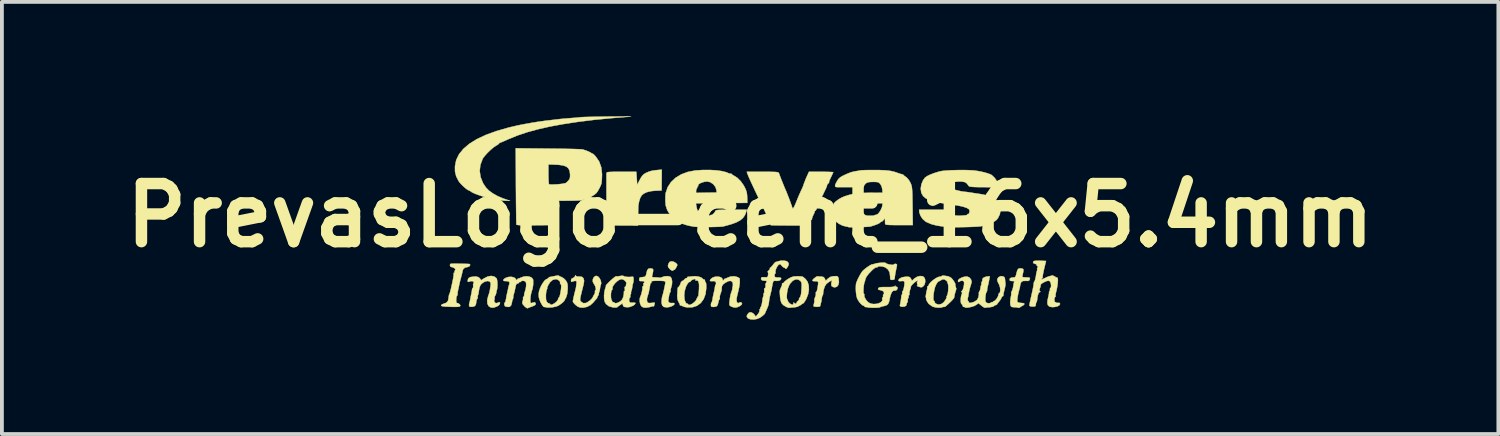
<source format=kicad_pcb>
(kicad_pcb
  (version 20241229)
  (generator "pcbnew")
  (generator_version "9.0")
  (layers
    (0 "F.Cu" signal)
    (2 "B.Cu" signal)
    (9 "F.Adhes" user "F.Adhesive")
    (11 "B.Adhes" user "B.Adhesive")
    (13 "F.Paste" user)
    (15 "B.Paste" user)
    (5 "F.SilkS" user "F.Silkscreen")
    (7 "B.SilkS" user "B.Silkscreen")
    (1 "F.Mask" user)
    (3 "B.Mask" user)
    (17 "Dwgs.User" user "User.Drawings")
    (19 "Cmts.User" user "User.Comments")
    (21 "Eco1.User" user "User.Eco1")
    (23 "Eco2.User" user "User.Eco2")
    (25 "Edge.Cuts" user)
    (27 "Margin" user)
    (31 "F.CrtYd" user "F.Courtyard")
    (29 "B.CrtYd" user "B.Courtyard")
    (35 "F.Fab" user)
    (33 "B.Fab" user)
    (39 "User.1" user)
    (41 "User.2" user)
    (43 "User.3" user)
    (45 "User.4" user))
  (footprint "PrevasLogo-cent_16x5.4mm"
    (layer "F.Cu")
    (at 16.626 2.599)
    (property "Reference" "PrevasLogo-cent_16x5.4mm" (at 0 0 0) (layer "F.SilkS") (effects (font (size 1.524 1.524) (thickness 0.3))))
    (attr through_hole)
    (fp_poly (pts (xy -2.005 1.217) (xy -1.956 1.244) (xy -1.92 1.276) (xy -1.91 1.306) (xy -1.911 1.308) (xy -1.948 1.382) (xy -1.974 1.42) (xy -1.992 1.427) (xy -1.993 1.427) (xy -2.01 1.43) (xy -2.011 1.435) (xy -2.024 1.453) (xy -2.057 1.446) (xy -2.099 1.417) (xy -2.113 1.402) (xy -2.148 1.359) (xy -2.157 1.323) (xy -2.144 1.275) (xy -2.138 1.261) (xy -2.111 1.22) (xy -2.063 1.207) (xy -2.054 1.206) (xy -2.005 1.217)) (stroke (width 0.01) (type solid)) (fill yes) (layer "F.SilkS"))
    (fp_poly (pts (xy -2.32 -0.926) (xy -2.322 -0.653) (xy -2.479 -0.647) (xy -2.57 -0.639) (xy -2.658 -0.623) (xy -2.72 -0.605) (xy -2.794 -0.568) (xy -2.847 -0.521) (xy -2.884 -0.457) (xy -2.912 -0.367) (xy -2.932 -0.265) (xy -2.934 -0.236) (xy -2.936 -0.175) (xy -2.937 -0.089) (xy -2.939 0.011) (xy -2.942 0.265) (xy -3.346 0.265) (xy -3.473 0.264) (xy -3.583 0.262) (xy -3.673 0.259) (xy -3.733 0.256) (xy -3.758 0.252) (xy -3.759 0.252) (xy -3.76 0.229) (xy -3.762 0.17) (xy -3.763 0.081) (xy -3.764 -0.032) (xy -3.766 -0.163) (xy -3.767 -0.307) (xy -3.768 -0.456) (xy -3.769 -0.605) (xy -3.769 -0.749) (xy -3.769 -0.88) (xy -3.769 -0.993) (xy -3.769 -1.082) (xy -3.768 -1.106) (xy -3.765 -1.119) (xy -3.752 -1.129) (xy -3.723 -1.135) (xy -3.674 -1.139) (xy -3.597 -1.142) (xy -3.489 -1.143) (xy -3.376 -1.143) (xy -2.985 -1.143) (xy -2.982 -1.085) (xy -2.978 -1.024) (xy -2.975 -0.984) (xy -2.971 -0.933) (xy -2.967 -0.87) (xy -2.967 -0.869) (xy -2.963 -0.796) (xy -2.907 -0.91) (xy -2.858 -0.999) (xy -2.813 -1.058) (xy -2.762 -1.097) (xy -2.73 -1.115) (xy -2.659 -1.145) (xy -2.592 -1.166) (xy -2.514 -1.18) (xy -2.41 -1.191) (xy -2.402 -1.192) (xy -2.318 -1.199) (xy -2.32 -0.926)) (stroke (width 0.01) (type solid)) (fill yes) (layer "F.SilkS"))
    (fp_poly (pts (xy 7.129 1.394) (xy 7.157 1.404) (xy 7.169 1.428) (xy 7.166 1.473) (xy 7.149 1.549) (xy 7.144 1.569) (xy 7.138 1.602) (xy 7.149 1.619) (xy 7.186 1.625) (xy 7.23 1.626) (xy 7.296 1.629) (xy 7.329 1.635) (xy 7.339 1.651) (xy 7.333 1.682) (xy 7.332 1.684) (xy 7.318 1.71) (xy 7.286 1.72) (xy 7.231 1.718) (xy 7.156 1.721) (xy 7.11 1.75) (xy 7.087 1.81) (xy 7.083 1.833) (xy 7.074 1.889) (xy 7.065 1.926) (xy 7.045 1.996) (xy 7.027 2.077) (xy 7.013 2.156) (xy 7.006 2.223) (xy 7.007 2.264) (xy 7.009 2.269) (xy 7.039 2.287) (xy 7.093 2.296) (xy 7.106 2.297) (xy 7.17 2.303) (xy 7.195 2.321) (xy 7.18 2.347) (xy 7.144 2.37) (xy 7.097 2.397) (xy 7.069 2.418) (xy 7.068 2.419) (xy 7.049 2.427) (xy 7.047 2.425) (xy 7.021 2.418) (xy 6.969 2.412) (xy 6.937 2.41) (xy 6.876 2.405) (xy 6.845 2.392) (xy 6.83 2.362) (xy 6.824 2.336) (xy 6.821 2.275) (xy 6.828 2.196) (xy 6.835 2.157) (xy 6.847 2.094) (xy 6.85 2.049) (xy 6.848 2.036) (xy 6.849 2.013) (xy 6.857 2.002) (xy 6.877 1.959) (xy 6.896 1.891) (xy 6.909 1.812) (xy 6.909 1.809) (xy 6.92 1.761) (xy 6.928 1.742) (xy 6.923 1.726) (xy 6.88 1.723) (xy 6.833 1.719) (xy 6.809 1.705) (xy 6.809 1.661) (xy 6.845 1.635) (xy 6.89 1.63) (xy 6.931 1.627) (xy 6.955 1.613) (xy 6.971 1.578) (xy 6.987 1.514) (xy 7.008 1.44) (xy 7.036 1.4) (xy 7.079 1.388) (xy 7.129 1.394)) (stroke (width 0.01) (type solid)) (fill yes) (layer "F.SilkS"))
    (fp_poly (pts (xy 2.297 1.604) (xy 2.313 1.63) (xy 2.32 1.658) (xy 2.329 1.75) (xy 2.313 1.823) (xy 2.276 1.871) (xy 2.221 1.888) (xy 2.179 1.88) (xy 2.137 1.855) (xy 2.127 1.811) (xy 2.127 1.802) (xy 2.135 1.75) (xy 2.145 1.72) (xy 2.144 1.709) (xy 2.118 1.717) (xy 2.079 1.739) (xy 2.035 1.769) (xy 1.998 1.801) (xy 1.995 1.804) (xy 1.96 1.86) (xy 1.932 1.939) (xy 1.916 2.019) (xy 1.915 2.053) (xy 1.908 2.088) (xy 1.901 2.096) (xy 1.889 2.122) (xy 1.878 2.174) (xy 1.876 2.191) (xy 1.869 2.244) (xy 1.864 2.273) (xy 1.863 2.275) (xy 1.857 2.293) (xy 1.85 2.327) (xy 1.84 2.369) (xy 1.833 2.386) (xy 1.804 2.396) (xy 1.755 2.399) (xy 1.704 2.396) (xy 1.67 2.388) (xy 1.665 2.383) (xy 1.666 2.347) (xy 1.676 2.309) (xy 1.687 2.259) (xy 1.685 2.23) (xy 1.686 2.193) (xy 1.705 2.144) (xy 1.723 2.09) (xy 1.723 2.048) (xy 1.723 2.017) (xy 1.732 2.011) (xy 1.747 1.992) (xy 1.761 1.943) (xy 1.769 1.9) (xy 1.782 1.814) (xy 1.785 1.763) (xy 1.776 1.737) (xy 1.753 1.728) (xy 1.712 1.727) (xy 1.709 1.727) (xy 1.651 1.724) (xy 1.632 1.708) (xy 1.651 1.677) (xy 1.661 1.668) (xy 1.714 1.624) (xy 1.748 1.603) (xy 1.773 1.6) (xy 1.811 1.603) (xy 1.868 1.606) (xy 1.869 1.606) (xy 1.924 1.617) (xy 1.954 1.649) (xy 1.959 1.662) (xy 1.979 1.716) (xy 2.041 1.658) (xy 2.1 1.616) (xy 2.169 1.598) (xy 2.204 1.595) (xy 2.265 1.594) (xy 2.297 1.604)) (stroke (width 0.01) (type solid)) (fill yes) (layer "F.SilkS"))
    (fp_poly (pts (xy 4.522 1.597) (xy 4.559 1.619) (xy 4.588 1.675) (xy 4.593 1.747) (xy 4.574 1.816) (xy 4.546 1.855) (xy 4.509 1.882) (xy 4.472 1.885) (xy 4.424 1.871) (xy 4.383 1.854) (xy 4.373 1.844) (xy 4.377 1.843) (xy 4.393 1.831) (xy 4.383 1.802) (xy 4.375 1.758) (xy 4.387 1.739) (xy 4.4 1.718) (xy 4.386 1.714) (xy 4.354 1.728) (xy 4.309 1.761) (xy 4.263 1.804) (xy 4.228 1.844) (xy 4.215 1.87) (xy 4.21 1.906) (xy 4.193 1.957) (xy 4.193 1.957) (xy 4.178 2.013) (xy 4.177 2.058) (xy 4.176 2.089) (xy 4.166 2.095) (xy 4.153 2.111) (xy 4.156 2.127) (xy 4.155 2.161) (xy 4.146 2.171) (xy 4.132 2.2) (xy 4.134 2.225) (xy 4.134 2.263) (xy 4.126 2.277) (xy 4.109 2.305) (xy 4.106 2.329) (xy 4.088 2.372) (xy 4.038 2.395) (xy 3.975 2.397) (xy 3.936 2.383) (xy 3.927 2.364) (xy 3.939 2.312) (xy 3.952 2.239) (xy 3.962 2.165) (xy 3.965 2.133) (xy 3.972 2.09) (xy 3.983 2.074) (xy 3.992 2.057) (xy 3.99 2.032) (xy 3.99 1.998) (xy 3.999 1.99) (xy 4.013 1.971) (xy 4.027 1.924) (xy 4.04 1.863) (xy 4.048 1.802) (xy 4.048 1.756) (xy 4.047 1.751) (xy 4.033 1.725) (xy 3.997 1.72) (xy 3.968 1.724) (xy 3.909 1.726) (xy 3.886 1.71) (xy 3.902 1.677) (xy 3.922 1.657) (xy 3.986 1.624) (xy 4.078 1.61) (xy 4.145 1.61) (xy 4.183 1.619) (xy 4.207 1.642) (xy 4.217 1.66) (xy 4.245 1.714) (xy 4.309 1.656) (xy 4.379 1.611) (xy 4.454 1.591) (xy 4.522 1.597)) (stroke (width 0.01) (type solid)) (fill yes) (layer "F.SilkS"))
    (fp_poly (pts (xy -7.604 1.268) (xy -7.513 1.27) (xy -7.434 1.272) (xy -7.376 1.275) (xy -7.35 1.279) (xy -7.35 1.279) (xy -7.345 1.307) (xy -7.367 1.337) (xy -7.405 1.354) (xy -7.414 1.355) (xy -7.484 1.372) (xy -7.531 1.419) (xy -7.544 1.461) (xy -7.554 1.511) (xy -7.571 1.582) (xy -7.584 1.63) (xy -7.605 1.707) (xy -7.622 1.778) (xy -7.629 1.81) (xy -7.641 1.872) (xy -7.658 1.947) (xy -7.662 1.965) (xy -7.673 2.024) (xy -7.675 2.066) (xy -7.673 2.074) (xy -7.678 2.096) (xy -7.684 2.099) (xy -7.698 2.122) (xy -7.708 2.169) (xy -7.711 2.224) (xy -7.708 2.271) (xy -7.697 2.296) (xy -7.694 2.297) (xy -7.65 2.31) (xy -7.614 2.338) (xy -7.602 2.368) (xy -7.602 2.371) (xy -7.612 2.385) (xy -7.634 2.394) (xy -7.675 2.399) (xy -7.742 2.401) (xy -7.84 2.399) (xy -7.922 2.396) (xy -8.017 2.391) (xy -8.076 2.383) (xy -8.103 2.371) (xy -8.107 2.362) (xy -8.089 2.338) (xy -8.049 2.322) (xy -7.97 2.293) (xy -7.926 2.244) (xy -7.91 2.169) (xy -7.904 2.113) (xy -7.896 2.078) (xy -7.893 2.074) (xy -7.881 2.048) (xy -7.864 1.99) (xy -7.844 1.911) (xy -7.824 1.82) (xy -7.804 1.727) (xy -7.788 1.642) (xy -7.778 1.576) (xy -7.775 1.537) (xy -7.776 1.534) (xy -7.774 1.507) (xy -7.764 1.503) (xy -7.75 1.494) (xy -7.754 1.489) (xy -7.754 1.464) (xy -7.742 1.444) (xy -7.73 1.415) (xy -7.752 1.388) (xy -7.757 1.384) (xy -7.805 1.36) (xy -7.836 1.355) (xy -7.863 1.34) (xy -7.875 1.308) (xy -7.867 1.278) (xy -7.848 1.269) (xy -7.781 1.267) (xy -7.697 1.267) (xy -7.604 1.268)) (stroke (width 0.01) (type solid)) (fill yes) (layer "F.SilkS"))
    (fp_poly (pts (xy -5.292 -1.751) (xy -5.104 -1.749) (xy -4.928 -1.747) (xy -4.769 -1.744) (xy -4.632 -1.741) (xy -4.521 -1.737) (xy -4.442 -1.734) (xy -4.398 -1.731) (xy -4.392 -1.73) (xy -4.275 -1.689) (xy -4.194 -1.653) (xy -4.162 -1.632) (xy -4.135 -1.615) (xy -4.128 -1.617) (xy -4.115 -1.61) (xy -4.083 -1.579) (xy -4.053 -1.547) (xy -3.961 -1.414) (xy -3.905 -1.259) (xy -3.885 -1.083) (xy -3.886 -1.048) (xy -3.889 -0.961) (xy -3.894 -0.887) (xy -3.9 -0.838) (xy -3.901 -0.833) (xy -3.922 -0.778) (xy -3.957 -0.706) (xy -3.996 -0.637) (xy -4.026 -0.593) (xy -4.081 -0.545) (xy -4.16 -0.494) (xy -4.247 -0.449) (xy -4.32 -0.422) (xy -4.362 -0.41) (xy -4.4 -0.402) (xy -4.44 -0.395) (xy -4.49 -0.391) (xy -4.557 -0.388) (xy -4.646 -0.386) (xy -4.764 -0.385) (xy -4.905 -0.384) (xy -5.291 -0.381) (xy -5.296 -0.063) (xy -5.302 0.256) (xy -5.712 0.26) (xy -5.865 0.261) (xy -5.986 0.259) (xy -6.072 0.255) (xy -6.121 0.248) (xy -6.13 0.243) (xy -6.132 0.219) (xy -6.134 0.156) (xy -6.136 0.059) (xy -6.137 -0.067) (xy -6.139 -0.219) (xy -6.141 -0.392) (xy -6.142 -0.581) (xy -6.144 -0.769) (xy -6.145 -1.085) (xy -5.292 -1.085) (xy -5.29 -0.985) (xy -5.287 -0.901) (xy -5.282 -0.842) (xy -5.276 -0.816) (xy -5.249 -0.811) (xy -5.192 -0.809) (xy -5.118 -0.811) (xy -5.036 -0.816) (xy -4.96 -0.824) (xy -4.902 -0.833) (xy -4.9 -0.834) (xy -4.858 -0.842) (xy -4.843 -0.845) (xy -4.82 -0.86) (xy -4.782 -0.896) (xy -4.773 -0.905) (xy -4.74 -0.947) (xy -4.725 -0.994) (xy -4.723 -1.061) (xy -4.723 -1.077) (xy -4.735 -1.166) (xy -4.766 -1.232) (xy -4.821 -1.279) (xy -4.904 -1.309) (xy -5.021 -1.326) (xy -5.117 -1.331) (xy -5.292 -1.337) (xy -5.292 -1.085) (xy -6.145 -1.085) (xy -6.149 -1.76) (xy -5.292 -1.751)) (stroke (width 0.01) (type solid)) (fill yes) (layer "F.SilkS"))
    (fp_poly (pts (xy -4.574 1.585) (xy -4.537 1.605) (xy -4.481 1.605) (xy -4.412 1.612) (xy -4.37 1.651) (xy -4.355 1.719) (xy -4.369 1.81) (xy -4.379 1.849) (xy -4.396 1.917) (xy -4.417 2.002) (xy -4.426 2.038) (xy -4.447 2.126) (xy -4.458 2.184) (xy -4.459 2.22) (xy -4.451 2.244) (xy -4.434 2.265) (xy -4.377 2.302) (xy -4.31 2.299) (xy -4.271 2.281) (xy -4.206 2.236) (xy -4.154 2.187) (xy -4.125 2.144) (xy -4.124 2.138) (xy -4.104 2.096) (xy -4.089 2.077) (xy -4.07 2.033) (xy -4.071 2.008) (xy -4.07 1.976) (xy -4.059 1.968) (xy -4.047 1.952) (xy -4.049 1.911) (xy -4.064 1.859) (xy -4.088 1.811) (xy -4.101 1.793) (xy -4.127 1.74) (xy -4.126 1.679) (xy -4.102 1.625) (xy -4.059 1.592) (xy -4.032 1.587) (xy -3.986 1.606) (xy -3.945 1.654) (xy -3.917 1.716) (xy -3.906 1.779) (xy -3.917 1.823) (xy -3.93 1.863) (xy -3.939 1.922) (xy -3.939 1.926) (xy -3.949 1.984) (xy -3.964 2.025) (xy -3.965 2.027) (xy -3.974 2.05) (xy -3.969 2.053) (xy -3.968 2.068) (xy -3.987 2.104) (xy -3.988 2.106) (xy -4.009 2.143) (xy -4.012 2.159) (xy -4.012 2.159) (xy -4.016 2.172) (xy -4.038 2.196) (xy -4.078 2.241) (xy -4.118 2.289) (xy -4.192 2.356) (xy -4.284 2.401) (xy -4.383 2.421) (xy -4.476 2.412) (xy -4.526 2.39) (xy -4.581 2.348) (xy -4.626 2.301) (xy -4.65 2.262) (xy -4.65 2.26) (xy -4.647 2.233) (xy -4.636 2.178) (xy -4.62 2.104) (xy -4.601 2.025) (xy -4.582 1.952) (xy -4.578 1.937) (xy -4.568 1.889) (xy -4.559 1.823) (xy -4.557 1.806) (xy -4.552 1.75) (xy -4.56 1.725) (xy -4.585 1.719) (xy -4.596 1.719) (xy -4.647 1.73) (xy -4.673 1.742) (xy -4.692 1.746) (xy -4.699 1.714) (xy -4.699 1.709) (xy -4.686 1.663) (xy -4.646 1.642) (xy -4.605 1.619) (xy -4.593 1.592) (xy -4.589 1.569) (xy -4.574 1.585)) (stroke (width 0.01) (type solid)) (fill yes) (layer "F.SilkS"))
    (fp_poly (pts (xy -5.023 1.58) (xy -5.016 1.585) (xy -4.991 1.601) (xy -4.943 1.62) (xy -4.943 1.62) (xy -4.89 1.651) (xy -4.84 1.702) (xy -4.831 1.714) (xy -4.803 1.762) (xy -4.789 1.813) (xy -4.785 1.881) (xy -4.786 1.936) (xy -4.798 2.058) (xy -4.825 2.145) (xy -4.829 2.154) (xy -4.856 2.203) (xy -4.872 2.236) (xy -4.873 2.239) (xy -4.894 2.265) (xy -4.939 2.304) (xy -4.993 2.344) (xy -5.038 2.372) (xy -5.096 2.393) (xy -5.174 2.409) (xy -5.256 2.417) (xy -5.323 2.416) (xy -5.348 2.411) (xy -5.386 2.403) (xy -5.4 2.405) (xy -5.422 2.396) (xy -5.453 2.357) (xy -5.486 2.3) (xy -5.516 2.234) (xy -5.538 2.169) (xy -5.542 2.146) (xy -5.544 2.119) (xy -5.358 2.119) (xy -5.355 2.2) (xy -5.343 2.251) (xy -5.319 2.285) (xy -5.317 2.287) (xy -5.282 2.311) (xy -5.262 2.313) (xy -5.25 2.316) (xy -5.249 2.325) (xy -5.235 2.347) (xy -5.192 2.339) (xy -5.132 2.307) (xy -5.072 2.258) (xy -5.038 2.207) (xy -5.034 2.175) (xy -5.022 2.159) (xy -5.018 2.159) (xy -5.004 2.14) (xy -4.988 2.09) (xy -4.973 2.02) (xy -4.961 1.942) (xy -4.955 1.868) (xy -4.959 1.821) (xy -4.973 1.799) (xy -4.975 1.799) (xy -4.988 1.786) (xy -4.984 1.777) (xy -4.985 1.744) (xy -5.014 1.708) (xy -5.059 1.681) (xy -5.1 1.672) (xy -5.18 1.693) (xy -5.249 1.754) (xy -5.292 1.822) (xy -5.315 1.872) (xy -5.325 1.901) (xy -5.323 1.905) (xy -5.322 1.921) (xy -5.334 1.948) (xy -5.347 1.992) (xy -5.356 2.061) (xy -5.358 2.119) (xy -5.544 2.119) (xy -5.548 2.067) (xy -5.537 1.992) (xy -5.515 1.924) (xy -5.48 1.845) (xy -5.436 1.771) (xy -5.392 1.712) (xy -5.352 1.677) (xy -5.336 1.672) (xy -5.307 1.657) (xy -5.298 1.646) (xy -5.263 1.619) (xy -5.249 1.615) (xy -5.206 1.608) (xy -5.154 1.597) (xy -5.083 1.583) (xy -5.043 1.577) (xy -5.023 1.58)) (stroke (width 0.01) (type solid)) (fill yes) (layer "F.SilkS"))
    (fp_poly (pts (xy -6.711 1.605) (xy -6.651 1.651) (xy -6.639 1.687) (xy -6.631 1.75) (xy -6.629 1.824) (xy -6.632 1.895) (xy -6.64 1.948) (xy -6.645 1.958) (xy -6.655 1.995) (xy -6.658 2.026) (xy -6.672 2.079) (xy -6.688 2.105) (xy -6.705 2.145) (xy -6.703 2.167) (xy -6.704 2.205) (xy -6.712 2.216) (xy -6.716 2.248) (xy -6.702 2.276) (xy -6.674 2.302) (xy -6.64 2.3) (xy -6.617 2.291) (xy -6.578 2.276) (xy -6.563 2.286) (xy -6.562 2.307) (xy -6.581 2.348) (xy -6.63 2.384) (xy -6.724 2.42) (xy -6.8 2.418) (xy -6.859 2.381) (xy -6.892 2.316) (xy -6.897 2.227) (xy -6.873 2.123) (xy -6.865 2.102) (xy -6.842 2.031) (xy -6.827 1.965) (xy -6.816 1.891) (xy -6.805 1.827) (xy -6.808 1.766) (xy -6.84 1.73) (xy -6.894 1.721) (xy -6.964 1.741) (xy -7.007 1.765) (xy -7.051 1.801) (xy -7.081 1.844) (xy -7.102 1.905) (xy -7.118 1.995) (xy -7.122 2.032) (xy -7.134 2.079) (xy -7.142 2.1) (xy -7.15 2.14) (xy -7.145 2.156) (xy -7.148 2.18) (xy -7.155 2.184) (xy -7.171 2.208) (xy -7.182 2.257) (xy -7.183 2.267) (xy -7.194 2.336) (xy -7.215 2.373) (xy -7.255 2.392) (xy -7.281 2.396) (xy -7.343 2.399) (xy -7.372 2.38) (xy -7.372 2.333) (xy -7.364 2.301) (xy -7.347 2.232) (xy -7.335 2.169) (xy -7.334 2.164) (xy -7.322 2.098) (xy -7.312 2.053) (xy -7.3 1.992) (xy -7.296 1.953) (xy -7.287 1.915) (xy -7.275 1.905) (xy -7.264 1.887) (xy -7.265 1.852) (xy -7.267 1.808) (xy -7.258 1.787) (xy -7.249 1.761) (xy -7.253 1.746) (xy -7.28 1.726) (xy -7.328 1.725) (xy -7.381 1.742) (xy -7.387 1.746) (xy -7.403 1.743) (xy -7.408 1.714) (xy -7.401 1.677) (xy -7.383 1.645) (xy -7.382 1.643) (xy -7.336 1.619) (xy -7.258 1.607) (xy -7.188 1.604) (xy -7.121 1.623) (xy -7.09 1.653) (xy -7.053 1.701) (xy -6.993 1.66) (xy -6.889 1.606) (xy -6.794 1.588) (xy -6.711 1.605)) (stroke (width 0.01) (type solid)) (fill yes) (layer "F.SilkS"))
    (fp_poly (pts (xy -3.201 -2.594) (xy -3.144 -2.593) (xy -3.123 -2.592) (xy -3.133 -2.591) (xy -3.63 -2.551) (xy -4.088 -2.506) (xy -4.508 -2.454) (xy -4.892 -2.396) (xy -5.242 -2.332) (xy -5.56 -2.26) (xy -5.849 -2.181) (xy -6.11 -2.093) (xy -6.345 -1.997) (xy -6.389 -1.977) (xy -6.464 -1.944) (xy -6.524 -1.918) (xy -6.56 -1.906) (xy -6.564 -1.905) (xy -6.583 -1.891) (xy -6.583 -1.889) (xy -6.6 -1.869) (xy -6.642 -1.841) (xy -6.66 -1.831) (xy -6.729 -1.785) (xy -6.809 -1.717) (xy -6.89 -1.639) (xy -6.96 -1.561) (xy -7.01 -1.494) (xy -7.017 -1.481) (xy -7.076 -1.324) (xy -7.094 -1.164) (xy -7.07 -1.003) (xy -7.006 -0.845) (xy -6.931 -0.731) (xy -6.854 -0.652) (xy -6.745 -0.573) (xy -6.617 -0.502) (xy -6.48 -0.444) (xy -6.468 -0.44) (xy -6.297 -0.382) (xy -6.403 -0.384) (xy -6.49 -0.389) (xy -6.586 -0.399) (xy -6.625 -0.405) (xy -6.747 -0.428) (xy -6.876 -0.458) (xy -7.004 -0.494) (xy -7.122 -0.533) (xy -7.222 -0.57) (xy -7.295 -0.605) (xy -7.324 -0.625) (xy -7.358 -0.648) (xy -7.373 -0.653) (xy -7.405 -0.666) (xy -7.456 -0.703) (xy -7.516 -0.755) (xy -7.575 -0.813) (xy -7.625 -0.869) (xy -7.647 -0.9) (xy -7.71 -1.024) (xy -7.741 -1.148) (xy -7.742 -1.289) (xy -7.71 -1.451) (xy -7.636 -1.603) (xy -7.521 -1.745) (xy -7.366 -1.877) (xy -7.17 -1.999) (xy -6.933 -2.11) (xy -6.656 -2.211) (xy -6.339 -2.302) (xy -6.096 -2.359) (xy -5.925 -2.393) (xy -5.742 -2.426) (xy -5.561 -2.455) (xy -5.398 -2.478) (xy -5.334 -2.486) (xy -5.264 -2.494) (xy -5.171 -2.505) (xy -5.08 -2.516) (xy -4.984 -2.527) (xy -4.867 -2.538) (xy -4.748 -2.548) (xy -4.71 -2.551) (xy -4.613 -2.558) (xy -4.528 -2.565) (xy -4.466 -2.572) (xy -4.445 -2.575) (xy -4.411 -2.577) (xy -4.341 -2.58) (xy -4.239 -2.583) (xy -4.112 -2.586) (xy -3.964 -2.588) (xy -3.801 -2.591) (xy -3.704 -2.592) (xy -3.545 -2.593) (xy -3.405 -2.594) (xy -3.289 -2.594) (xy -3.201 -2.594)) (stroke (width 0.01) (type solid)) (fill yes) (layer "F.SilkS"))
    (fp_poly (pts (xy 5.086 1.581) (xy 5.147 1.592) (xy 5.181 1.595) (xy 5.218 1.605) (xy 5.228 1.617) (xy 5.238 1.626) (xy 5.242 1.623) (xy 5.262 1.629) (xy 5.294 1.66) (xy 5.33 1.706) (xy 5.362 1.755) (xy 5.381 1.796) (xy 5.383 1.813) (xy 5.384 1.855) (xy 5.39 1.868) (xy 5.407 1.923) (xy 5.394 1.979) (xy 5.381 2.014) (xy 5.367 2.069) (xy 5.356 2.124) (xy 5.353 2.153) (xy 5.34 2.177) (xy 5.304 2.219) (xy 5.255 2.27) (xy 5.2 2.322) (xy 5.15 2.366) (xy 5.113 2.395) (xy 5.098 2.4) (xy 5.066 2.4) (xy 5.056 2.404) (xy 5.005 2.419) (xy 4.932 2.421) (xy 4.853 2.412) (xy 4.787 2.393) (xy 4.778 2.389) (xy 4.683 2.32) (xy 4.625 2.232) (xy 4.618 2.193) (xy 4.806 2.193) (xy 4.815 2.235) (xy 4.826 2.244) (xy 4.84 2.256) (xy 4.837 2.263) (xy 4.844 2.288) (xy 4.873 2.317) (xy 4.939 2.34) (xy 5.012 2.325) (xy 5.066 2.29) (xy 5.097 2.254) (xy 5.127 2.21) (xy 5.149 2.168) (xy 5.156 2.141) (xy 5.152 2.138) (xy 5.152 2.125) (xy 5.163 2.108) (xy 5.18 2.067) (xy 5.192 2.002) (xy 5.198 1.925) (xy 5.198 1.853) (xy 5.19 1.8) (xy 5.183 1.785) (xy 5.171 1.762) (xy 5.177 1.757) (xy 5.176 1.745) (xy 5.15 1.716) (xy 5.148 1.714) (xy 5.095 1.678) (xy 5.045 1.679) (xy 5.005 1.701) (xy 4.965 1.724) (xy 4.942 1.73) (xy 4.922 1.748) (xy 4.891 1.792) (xy 4.871 1.829) (xy 4.847 1.889) (xy 4.828 1.966) (xy 4.814 2.049) (xy 4.806 2.128) (xy 4.806 2.193) (xy 4.618 2.193) (xy 4.605 2.126) (xy 4.624 2.004) (xy 4.63 1.983) (xy 4.645 1.927) (xy 4.647 1.888) (xy 4.645 1.882) (xy 4.648 1.864) (xy 4.655 1.863) (xy 4.677 1.847) (xy 4.678 1.842) (xy 4.695 1.801) (xy 4.74 1.75) (xy 4.801 1.697) (xy 4.868 1.65) (xy 4.931 1.618) (xy 4.972 1.609) (xy 5.013 1.6) (xy 5.026 1.589) (xy 5.054 1.578) (xy 5.086 1.581)) (stroke (width 0.01) (type solid)) (fill yes) (layer "F.SilkS"))
    (fp_poly (pts (xy -1.351 1.607) (xy -1.282 1.631) (xy -1.242 1.665) (xy -1.217 1.684) (xy -1.205 1.682) (xy -1.19 1.689) (xy -1.185 1.713) (xy -1.178 1.748) (xy -1.166 1.757) (xy -1.157 1.776) (xy -1.152 1.827) (xy -1.151 1.9) (xy -1.151 1.911) (xy -1.171 2.066) (xy -1.22 2.196) (xy -1.296 2.299) (xy -1.395 2.372) (xy -1.515 2.411) (xy -1.651 2.414) (xy -1.654 2.413) (xy -1.72 2.401) (xy -1.771 2.383) (xy -1.783 2.375) (xy -1.815 2.36) (xy -1.828 2.364) (xy -1.84 2.361) (xy -1.841 2.351) (xy -1.852 2.316) (xy -1.879 2.268) (xy -1.902 2.216) (xy -1.911 2.144) (xy -1.911 2.099) (xy -1.73 2.099) (xy -1.721 2.204) (xy -1.707 2.251) (xy -1.681 2.298) (xy -1.658 2.319) (xy -1.651 2.318) (xy -1.632 2.319) (xy -1.63 2.327) (xy -1.615 2.348) (xy -1.576 2.346) (xy -1.524 2.322) (xy -1.472 2.284) (xy -1.43 2.242) (xy -1.409 2.209) (xy -1.409 2.199) (xy -1.405 2.181) (xy -1.397 2.18) (xy -1.383 2.167) (xy -1.386 2.159) (xy -1.387 2.139) (xy -1.381 2.138) (xy -1.369 2.135) (xy -1.361 2.121) (xy -1.354 2.087) (xy -1.348 2.027) (xy -1.341 1.933) (xy -1.339 1.822) (xy -1.351 1.746) (xy -1.377 1.709) (xy -1.411 1.708) (xy -1.435 1.711) (xy -1.431 1.697) (xy -1.43 1.676) (xy -1.454 1.67) (xy -1.492 1.678) (xy -1.531 1.697) (xy -1.555 1.719) (xy -1.578 1.748) (xy -1.587 1.749) (xy -1.597 1.743) (xy -1.619 1.765) (xy -1.648 1.804) (xy -1.675 1.853) (xy -1.683 1.871) (xy -1.717 1.982) (xy -1.73 2.099) (xy -1.911 2.099) (xy -1.91 2.08) (xy -1.906 1.987) (xy -1.902 1.929) (xy -1.897 1.898) (xy -1.89 1.886) (xy -1.884 1.884) (xy -1.866 1.867) (xy -1.843 1.828) (xy -1.823 1.785) (xy -1.815 1.755) (xy -1.816 1.755) (xy -1.801 1.736) (xy -1.766 1.714) (xy -1.728 1.688) (xy -1.714 1.669) (xy -1.697 1.653) (xy -1.683 1.651) (xy -1.655 1.64) (xy -1.651 1.63) (xy -1.639 1.612) (xy -1.635 1.612) (xy -1.606 1.611) (xy -1.552 1.604) (xy -1.52 1.6) (xy -1.435 1.595) (xy -1.351 1.607)) (stroke (width 0.01) (type solid)) (fill yes) (layer "F.SilkS"))
    (fp_poly (pts (xy -0.343 1.615) (xy -0.297 1.637) (xy -0.274 1.656) (xy -0.274 1.658) (xy -0.273 1.688) (xy -0.272 1.775) (xy -0.289 1.889) (xy -0.315 2.004) (xy -0.341 2.108) (xy -0.355 2.18) (xy -0.357 2.23) (xy -0.35 2.265) (xy -0.339 2.286) (xy -0.316 2.305) (xy -0.295 2.293) (xy -0.258 2.278) (xy -0.224 2.29) (xy -0.212 2.318) (xy -0.23 2.349) (xy -0.275 2.381) (xy -0.332 2.407) (xy -0.387 2.418) (xy -0.402 2.418) (xy -0.465 2.403) (xy -0.504 2.386) (xy -0.535 2.366) (xy -0.546 2.336) (xy -0.544 2.282) (xy -0.542 2.266) (xy -0.529 2.165) (xy -0.516 2.092) (xy -0.5 2.036) (xy -0.489 2.005) (xy -0.473 1.958) (xy -0.468 1.931) (xy -0.466 1.905) (xy -0.453 1.848) (xy -0.453 1.788) (xy -0.466 1.746) (xy -0.467 1.744) (xy -0.511 1.718) (xy -0.572 1.725) (xy -0.653 1.768) (xy -0.657 1.77) (xy -0.713 1.814) (xy -0.739 1.857) (xy -0.744 1.892) (xy -0.748 1.954) (xy -0.757 1.997) (xy -0.774 2.046) (xy -0.781 2.063) (xy -0.796 2.119) (xy -0.797 2.164) (xy -0.796 2.195) (xy -0.804 2.201) (xy -0.818 2.22) (xy -0.832 2.267) (xy -0.836 2.286) (xy -0.853 2.353) (xy -0.883 2.388) (xy -0.938 2.4) (xy -0.964 2.402) (xy -1.01 2.398) (xy -1.027 2.378) (xy -1.029 2.345) (xy -1.023 2.302) (xy -1.013 2.286) (xy -1.002 2.267) (xy -0.991 2.221) (xy -0.988 2.207) (xy -0.977 2.138) (xy -0.964 2.078) (xy -0.963 2.074) (xy -0.943 1.988) (xy -0.931 1.931) (xy -0.925 1.891) (xy -0.923 1.873) (xy -0.913 1.832) (xy -0.903 1.818) (xy -0.894 1.789) (xy -0.898 1.761) (xy -0.917 1.732) (xy -0.956 1.723) (xy -0.985 1.725) (xy -1.039 1.726) (xy -1.056 1.713) (xy -1.043 1.682) (xy -1.042 1.681) (xy -0.995 1.638) (xy -0.931 1.613) (xy -0.861 1.606) (xy -0.794 1.615) (xy -0.744 1.64) (xy -0.72 1.682) (xy -0.719 1.691) (xy -0.715 1.711) (xy -0.698 1.698) (xy -0.687 1.684) (xy -0.664 1.658) (xy -0.656 1.658) (xy -0.641 1.659) (xy -0.609 1.642) (xy -0.517 1.605) (xy -0.417 1.597) (xy -0.343 1.615)) (stroke (width 0.01) (type solid)) (fill yes) (layer "F.SilkS"))
    (fp_poly (pts (xy 1.308 1.599) (xy 1.363 1.605) (xy 1.386 1.613) (xy 1.418 1.64) (xy 1.451 1.667) (xy 1.506 1.74) (xy 1.536 1.837) (xy 1.541 1.95) (xy 1.52 2.07) (xy 1.474 2.188) (xy 1.466 2.203) (xy 1.432 2.26) (xy 1.405 2.298) (xy 1.393 2.307) (xy 1.369 2.319) (xy 1.328 2.349) (xy 1.319 2.356) (xy 1.238 2.398) (xy 1.166 2.411) (xy 1.1 2.416) (xy 1.049 2.422) (xy 1.039 2.423) (xy 0.997 2.419) (xy 0.943 2.398) (xy 0.941 2.397) (xy 0.872 2.355) (xy 0.827 2.306) (xy 0.823 2.297) (xy 0.995 2.297) (xy 1.005 2.307) (xy 1.016 2.297) (xy 1.005 2.286) (xy 0.995 2.297) (xy 0.823 2.297) (xy 0.801 2.24) (xy 0.786 2.145) (xy 0.784 2.123) (xy 0.783 2.1) (xy 0.961 2.1) (xy 0.962 2.171) (xy 0.975 2.214) (xy 0.976 2.215) (xy 0.991 2.239) (xy 0.988 2.244) (xy 0.993 2.257) (xy 1.018 2.29) (xy 1.023 2.295) (xy 1.061 2.326) (xy 1.101 2.342) (xy 1.129 2.339) (xy 1.135 2.317) (xy 1.134 2.313) (xy 1.136 2.289) (xy 1.144 2.286) (xy 1.164 2.302) (xy 1.164 2.307) (xy 1.18 2.318) (xy 1.197 2.314) (xy 1.22 2.299) (xy 1.219 2.291) (xy 1.225 2.272) (xy 1.255 2.242) (xy 1.282 2.214) (xy 1.284 2.202) (xy 1.283 2.202) (xy 1.28 2.188) (xy 1.293 2.167) (xy 1.314 2.138) (xy 1.328 2.101) (xy 1.338 2.049) (xy 1.345 1.969) (xy 1.349 1.912) (xy 1.352 1.83) (xy 1.349 1.778) (xy 1.336 1.743) (xy 1.312 1.714) (xy 1.312 1.714) (xy 1.251 1.679) (xy 1.184 1.681) (xy 1.116 1.717) (xy 1.053 1.784) (xy 1.013 1.856) (xy 0.987 1.93) (xy 0.97 2.016) (xy 0.961 2.1) (xy 0.783 2.1) (xy 0.779 2.046) (xy 0.778 1.987) (xy 0.782 1.956) (xy 0.783 1.955) (xy 0.794 1.93) (xy 0.804 1.902) (xy 0.822 1.868) (xy 0.838 1.824) (xy 0.836 1.799) (xy 0.841 1.781) (xy 0.856 1.778) (xy 0.885 1.767) (xy 0.889 1.756) (xy 0.906 1.734) (xy 0.949 1.699) (xy 0.998 1.666) (xy 1.075 1.624) (xy 1.144 1.603) (xy 1.23 1.597) (xy 1.236 1.597) (xy 1.308 1.599)) (stroke (width 0.01) (type solid)) (fill yes) (layer "F.SilkS"))
    (fp_poly (pts (xy 0.471 -1.143) (xy 0.577 -1.141) (xy 0.652 -1.139) (xy 0.702 -1.134) (xy 0.732 -1.127) (xy 0.748 -1.118) (xy 0.755 -1.106) (xy 0.775 -1.052) (xy 0.805 -0.973) (xy 0.841 -0.883) (xy 0.876 -0.796) (xy 0.905 -0.724) (xy 0.921 -0.688) (xy 0.946 -0.631) (xy 0.977 -0.553) (xy 1.011 -0.466) (xy 1.044 -0.379) (xy 1.072 -0.301) (xy 1.093 -0.243) (xy 1.101 -0.214) (xy 1.101 -0.213) (xy 1.116 -0.184) (xy 1.12 -0.181) (xy 1.135 -0.194) (xy 1.16 -0.239) (xy 1.191 -0.307) (xy 1.206 -0.344) (xy 1.247 -0.445) (xy 1.291 -0.549) (xy 1.331 -0.638) (xy 1.336 -0.648) (xy 1.367 -0.715) (xy 1.389 -0.766) (xy 1.397 -0.79) (xy 1.404 -0.816) (xy 1.422 -0.861) (xy 1.44 -0.907) (xy 1.449 -0.931) (xy 1.459 -0.955) (xy 1.48 -1.004) (xy 1.497 -1.042) (xy 1.543 -1.143) (xy 1.861 -1.143) (xy 1.972 -1.142) (xy 2.066 -1.14) (xy 2.136 -1.137) (xy 2.175 -1.134) (xy 2.18 -1.132) (xy 2.171 -1.109) (xy 2.148 -1.059) (xy 2.118 -0.997) (xy 2.088 -0.932) (xy 2.07 -0.882) (xy 2.068 -0.86) (xy 2.066 -0.847) (xy 2.059 -0.847) (xy 2.036 -0.829) (xy 2.021 -0.799) (xy 2.008 -0.758) (xy 2.003 -0.741) (xy 1.992 -0.716) (xy 1.965 -0.659) (xy 1.925 -0.575) (xy 1.876 -0.471) (xy 1.819 -0.353) (xy 1.807 -0.328) (xy 1.773 -0.254) (xy 1.748 -0.193) (xy 1.736 -0.157) (xy 1.736 -0.154) (xy 1.722 -0.129) (xy 1.714 -0.127) (xy 1.697 -0.115) (xy 1.698 -0.111) (xy 1.691 -0.084) (xy 1.67 -0.035) (xy 1.656 -0.008) (xy 1.632 0.046) (xy 1.622 0.084) (xy 1.624 0.093) (xy 1.622 0.105) (xy 1.616 0.106) (xy 1.596 0.123) (xy 1.569 0.167) (xy 1.561 0.185) (xy 1.526 0.265) (xy 1.036 0.265) (xy 0.897 0.264) (xy 0.772 0.263) (xy 0.668 0.262) (xy 0.591 0.26) (xy 0.546 0.257) (xy 0.538 0.256) (xy 0.53 0.229) (xy 0.529 0.22) (xy 0.52 0.191) (xy 0.493 0.126) (xy 0.448 0.026) (xy 0.385 -0.111) (xy 0.303 -0.285) (xy 0.202 -0.495) (xy 0.18 -0.54) (xy 0.111 -0.685) (xy 0.049 -0.818) (xy -0.004 -0.933) (xy -0.044 -1.023) (xy -0.068 -1.084) (xy -0.073 -1.097) (xy -0.088 -1.143) (xy 0.327 -1.143) (xy 0.471 -1.143)) (stroke (width 0.01) (type solid)) (fill yes) (layer "F.SilkS"))
    (fp_poly (pts (xy -5.782 1.609) (xy -5.724 1.638) (xy -5.693 1.684) (xy -5.691 1.699) (xy -5.691 1.816) (xy -5.707 1.92) (xy -5.722 1.968) (xy -5.741 2.03) (xy -5.756 2.106) (xy -5.765 2.183) (xy -5.767 2.248) (xy -5.76 2.29) (xy -5.754 2.298) (xy -5.724 2.298) (xy -5.696 2.287) (xy -5.655 2.278) (xy -5.634 2.292) (xy -5.622 2.327) (xy -5.648 2.358) (xy -5.715 2.388) (xy -5.726 2.392) (xy -5.784 2.412) (xy -5.825 2.431) (xy -5.832 2.435) (xy -5.858 2.432) (xy -5.901 2.401) (xy -5.921 2.381) (xy -5.963 2.333) (xy -5.978 2.298) (xy -5.971 2.261) (xy -5.968 2.251) (xy -5.955 2.2) (xy -5.957 2.166) (xy -5.955 2.141) (xy -5.946 2.138) (xy -5.93 2.121) (xy -5.929 2.101) (xy -5.924 2.055) (xy -5.909 2.004) (xy -5.888 1.934) (xy -5.876 1.857) (xy -5.875 1.789) (xy -5.886 1.744) (xy -5.889 1.741) (xy -5.921 1.722) (xy -5.964 1.715) (xy -6 1.722) (xy -6.011 1.737) (xy -6.024 1.75) (xy -6.033 1.746) (xy -6.057 1.751) (xy -6.067 1.766) (xy -6.086 1.789) (xy -6.097 1.788) (xy -6.123 1.792) (xy -6.146 1.836) (xy -6.164 1.92) (xy -6.169 1.947) (xy -6.182 2.011) (xy -6.196 2.053) (xy -6.211 2.11) (xy -6.214 2.148) (xy -6.219 2.188) (xy -6.227 2.202) (xy -6.239 2.229) (xy -6.248 2.28) (xy -6.249 2.287) (xy -6.267 2.356) (xy -6.304 2.396) (xy -6.349 2.402) (xy -6.401 2.394) (xy -6.415 2.393) (xy -6.435 2.377) (xy -6.447 2.341) (xy -6.448 2.304) (xy -6.434 2.286) (xy -6.433 2.286) (xy -6.421 2.267) (xy -6.408 2.219) (xy -6.402 2.185) (xy -6.391 2.122) (xy -6.382 2.075) (xy -6.379 2.064) (xy -6.368 2.016) (xy -6.354 1.953) (xy -6.343 1.897) (xy -6.341 1.884) (xy -6.328 1.837) (xy -6.32 1.815) (xy -6.31 1.762) (xy -6.335 1.731) (xy -6.395 1.724) (xy -6.402 1.724) (xy -6.458 1.721) (xy -6.477 1.701) (xy -6.459 1.671) (xy -6.412 1.64) (xy -6.337 1.615) (xy -6.26 1.612) (xy -6.192 1.628) (xy -6.149 1.663) (xy -6.147 1.668) (xy -6.127 1.699) (xy -6.114 1.694) (xy -6.11 1.684) (xy -6.091 1.658) (xy -6.081 1.655) (xy -6.051 1.65) (xy -6.022 1.636) (xy -5.941 1.606) (xy -5.858 1.597) (xy -5.782 1.609)) (stroke (width 0.01) (type solid)) (fill yes) (layer "F.SilkS"))
    (fp_poly (pts (xy -3.319 1.59) (xy -3.318 1.592) (xy -3.295 1.604) (xy -3.245 1.612) (xy -3.182 1.616) (xy -3.123 1.613) (xy -3.09 1.608) (xy -3.068 1.612) (xy -3.058 1.649) (xy -3.057 1.672) (xy -3.06 1.732) (xy -3.069 1.776) (xy -3.07 1.778) (xy -3.083 1.82) (xy -3.092 1.88) (xy -3.092 1.884) (xy -3.102 1.941) (xy -3.116 1.981) (xy -3.118 1.983) (xy -3.127 2.018) (xy -3.124 2.03) (xy -3.125 2.058) (xy -3.131 2.063) (xy -3.144 2.091) (xy -3.143 2.117) (xy -3.145 2.151) (xy -3.155 2.159) (xy -3.169 2.177) (xy -3.175 2.222) (xy -3.175 2.223) (xy -3.169 2.265) (xy -3.146 2.287) (xy -3.095 2.291) (xy -3.053 2.288) (xy -3.014 2.293) (xy -3.01 2.315) (xy -3.041 2.348) (xy -3.074 2.371) (xy -3.171 2.406) (xy -3.234 2.409) (xy -3.294 2.402) (xy -3.324 2.385) (xy -3.337 2.356) (xy -3.349 2.307) (xy -3.415 2.354) (xy -3.461 2.387) (xy -3.49 2.41) (xy -3.493 2.412) (xy -3.518 2.417) (xy -3.571 2.416) (xy -3.602 2.413) (xy -3.706 2.383) (xy -3.781 2.324) (xy -3.815 2.265) (xy -3.829 2.198) (xy -3.832 2.109) (xy -3.831 2.096) (xy -3.653 2.096) (xy -3.65 2.162) (xy -3.64 2.213) (xy -3.63 2.23) (xy -3.612 2.261) (xy -3.615 2.276) (xy -3.615 2.283) (xy -3.605 2.278) (xy -3.575 2.278) (xy -3.567 2.286) (xy -3.531 2.306) (xy -3.473 2.293) (xy -3.418 2.265) (xy -3.365 2.219) (xy -3.332 2.152) (xy -3.325 2.126) (xy -3.313 2.065) (xy -3.311 2.02) (xy -3.313 2.01) (xy -3.309 1.991) (xy -3.301 1.99) (xy -3.285 1.971) (xy -3.288 1.925) (xy -3.292 1.882) (xy -3.281 1.873) (xy -3.281 1.873) (xy -3.262 1.869) (xy -3.26 1.855) (xy -3.252 1.807) (xy -3.247 1.792) (xy -3.252 1.753) (xy -3.285 1.712) (xy -3.333 1.682) (xy -3.374 1.672) (xy -3.425 1.687) (xy -3.483 1.724) (xy -3.539 1.776) (xy -3.584 1.833) (xy -3.611 1.885) (xy -3.61 1.924) (xy -3.61 1.925) (xy -3.614 1.947) (xy -3.622 1.952) (xy -3.639 1.977) (xy -3.649 2.03) (xy -3.653 2.096) (xy -3.831 2.096) (xy -3.824 2.014) (xy -3.806 1.932) (xy -3.799 1.911) (xy -3.783 1.865) (xy -3.782 1.842) (xy -3.784 1.841) (xy -3.777 1.828) (xy -3.744 1.793) (xy -3.693 1.741) (xy -3.665 1.714) (xy -3.603 1.659) (xy -3.552 1.618) (xy -3.52 1.599) (xy -3.513 1.598) (xy -3.483 1.601) (xy -3.429 1.594) (xy -3.41 1.59) (xy -3.348 1.582) (xy -3.319 1.59)) (stroke (width 0.01) (type solid)) (fill yes) (layer "F.SilkS"))
    (fp_poly (pts (xy -0.896 -1.182) (xy -0.75 -1.162) (xy -0.632 -1.133) (xy -0.574 -1.109) (xy -0.53 -1.092) (xy -0.504 -1.092) (xy -0.487 -1.09) (xy -0.487 -1.086) (xy -0.47 -1.066) (xy -0.428 -1.043) (xy -0.425 -1.041) (xy -0.335 -0.984) (xy -0.247 -0.896) (xy -0.171 -0.789) (xy -0.154 -0.759) (xy -0.115 -0.678) (xy -0.091 -0.608) (xy -0.08 -0.533) (xy -0.076 -0.434) (xy -0.076 -0.434) (xy -0.074 -0.328) (xy -0.748 -0.322) (xy -1.422 -0.317) (xy -1.412 -0.248) (xy -1.399 -0.186) (xy -1.385 -0.138) (xy -1.357 -0.091) (xy -1.313 -0.043) (xy -1.268 -0.008) (xy -1.242 0.002) (xy -1.205 0.006) (xy -1.149 0.013) (xy -1.145 0.013) (xy -1.088 0.012) (xy -1.046 -0.001) (xy -1.045 -0.003) (xy -1.021 -0.015) (xy -1.016 -0.009) (xy -1.003 -0.011) (xy -0.971 -0.035) (xy -0.963 -0.042) (xy -0.927 -0.084) (xy -0.91 -0.118) (xy -0.91 -0.12) (xy -0.902 -0.13) (xy -0.875 -0.138) (xy -0.823 -0.143) (xy -0.743 -0.146) (xy -0.63 -0.148) (xy -0.499 -0.148) (xy -0.088 -0.148) (xy -0.105 -0.088) (xy -0.139 -0.002) (xy -0.191 0.071) (xy -0.265 0.132) (xy -0.367 0.186) (xy -0.501 0.234) (xy -0.671 0.281) (xy -0.701 0.289) (xy -0.749 0.295) (xy -0.83 0.3) (xy -0.934 0.303) (xy -1.051 0.306) (xy -1.172 0.306) (xy -1.286 0.305) (xy -1.384 0.302) (xy -1.457 0.298) (xy -1.482 0.294) (xy -1.572 0.278) (xy -1.639 0.263) (xy -1.7 0.245) (xy -1.773 0.22) (xy -1.776 0.219) (xy -1.836 0.195) (xy -1.875 0.173) (xy -1.884 0.163) (xy -1.897 0.154) (xy -1.901 0.156) (xy -1.929 0.151) (xy -1.973 0.118) (xy -2.026 0.065) (xy -2.081 0.001) (xy -2.132 -0.067) (xy -2.17 -0.131) (xy -2.191 -0.182) (xy -2.191 -0.183) (xy -2.198 -0.216) (xy -2.201 -0.222) (xy -2.211 -0.242) (xy -2.218 -0.292) (xy -2.223 -0.362) (xy -2.224 -0.44) (xy -2.222 -0.515) (xy -2.217 -0.575) (xy -2.215 -0.586) (xy -2.195 -0.643) (xy -1.418 -0.643) (xy -1.418 -0.59) (xy -1.148 -0.595) (xy -0.877 -0.599) (xy -0.885 -0.67) (xy -0.913 -0.75) (xy -0.97 -0.82) (xy -1.044 -0.87) (xy -1.123 -0.889) (xy -1.194 -0.882) (xy -1.263 -0.863) (xy -1.321 -0.837) (xy -1.358 -0.809) (xy -1.366 -0.782) (xy -1.361 -0.775) (xy -1.364 -0.763) (xy -1.374 -0.762) (xy -1.39 -0.75) (xy -1.387 -0.742) (xy -1.39 -0.715) (xy -1.397 -0.709) (xy -1.413 -0.68) (xy -1.418 -0.643) (xy -2.195 -0.643) (xy -2.164 -0.737) (xy -2.077 -0.871) (xy -1.957 -0.985) (xy -1.808 -1.075) (xy -1.634 -1.14) (xy -1.438 -1.177) (xy -1.429 -1.178) (xy -1.244 -1.19) (xy -1.063 -1.191) (xy -0.896 -1.182)) (stroke (width 0.01) (type solid)) (fill yes) (layer "F.SilkS"))
    (fp_poly (pts (xy 7.603 1.19) (xy 7.761 1.196) (xy 7.712 1.397) (xy 7.692 1.486) (xy 7.678 1.561) (xy 7.672 1.611) (xy 7.673 1.625) (xy 7.669 1.648) (xy 7.662 1.651) (xy 7.642 1.667) (xy 7.641 1.674) (xy 7.657 1.679) (xy 7.696 1.664) (xy 7.71 1.655) (xy 7.816 1.606) (xy 7.932 1.575) (xy 7.956 1.583) (xy 7.959 1.591) (xy 7.972 1.602) (xy 7.98 1.598) (xy 7.999 1.6) (xy 8.001 1.607) (xy 8.012 1.627) (xy 8.017 1.627) (xy 8.05 1.628) (xy 8.068 1.648) (xy 8.072 1.697) (xy 8.07 1.752) (xy 8.059 1.846) (xy 8.041 1.945) (xy 8.031 1.985) (xy 8.015 2.051) (xy 8.01 2.1) (xy 8.012 2.117) (xy 8.01 2.136) (xy 8.002 2.138) (xy 7.988 2.156) (xy 7.98 2.202) (xy 7.98 2.213) (xy 7.985 2.261) (xy 7.998 2.277) (xy 8.001 2.275) (xy 8.021 2.276) (xy 8.022 2.283) (xy 8.04 2.296) (xy 8.075 2.295) (xy 8.115 2.295) (xy 8.128 2.319) (xy 8.128 2.325) (xy 8.109 2.359) (xy 8.061 2.386) (xy 7.995 2.402) (xy 7.925 2.407) (xy 7.863 2.396) (xy 7.842 2.386) (xy 7.808 2.352) (xy 7.795 2.301) (xy 7.801 2.224) (xy 7.819 2.146) (xy 7.834 2.078) (xy 7.841 2.027) (xy 7.84 2.007) (xy 7.844 1.99) (xy 7.85 1.99) (xy 7.864 1.973) (xy 7.863 1.947) (xy 7.865 1.913) (xy 7.875 1.905) (xy 7.89 1.887) (xy 7.894 1.84) (xy 7.886 1.778) (xy 7.882 1.762) (xy 7.854 1.722) (xy 7.82 1.714) (xy 7.774 1.724) (xy 7.718 1.748) (xy 7.664 1.778) (xy 7.628 1.807) (xy 7.62 1.822) (xy 7.617 1.858) (xy 7.604 1.901) (xy 7.595 1.924) (xy 7.587 1.971) (xy 7.603 1.993) (xy 7.617 2.007) (xy 7.596 2.011) (xy 7.572 2.03) (xy 7.55 2.083) (xy 7.534 2.157) (xy 7.525 2.237) (xy 7.512 2.273) (xy 7.509 2.277) (xy 7.496 2.309) (xy 7.493 2.342) (xy 7.488 2.374) (xy 7.464 2.389) (xy 7.411 2.392) (xy 7.408 2.392) (xy 7.346 2.385) (xy 7.324 2.366) (xy 7.324 2.363) (xy 7.328 2.332) (xy 7.341 2.269) (xy 7.359 2.184) (xy 7.38 2.093) (xy 7.402 1.992) (xy 7.421 1.901) (xy 7.434 1.83) (xy 7.438 1.794) (xy 7.444 1.752) (xy 7.454 1.736) (xy 7.466 1.717) (xy 7.48 1.669) (xy 7.494 1.604) (xy 7.504 1.536) (xy 7.504 1.535) (xy 7.516 1.479) (xy 7.524 1.456) (xy 7.531 1.416) (xy 7.526 1.4) (xy 7.53 1.375) (xy 7.54 1.369) (xy 7.556 1.355) (xy 7.539 1.338) (xy 7.515 1.311) (xy 7.513 1.299) (xy 7.499 1.28) (xy 7.478 1.273) (xy 7.429 1.254) (xy 7.421 1.224) (xy 7.427 1.211) (xy 7.453 1.196) (xy 7.512 1.189) (xy 7.603 1.19)) (stroke (width 0.01) (type solid)) (fill yes) (layer "F.SilkS"))
    (fp_poly (pts (xy -2.589 1.393) (xy -2.555 1.404) (xy -2.543 1.427) (xy -2.547 1.477) (xy -2.548 1.483) (xy -2.56 1.544) (xy -2.572 1.59) (xy -2.573 1.594) (xy -2.573 1.614) (xy -2.546 1.624) (xy -2.487 1.626) (xy -2.426 1.629) (xy -2.385 1.634) (xy -2.377 1.638) (xy -2.352 1.638) (xy -2.32 1.625) (xy -2.251 1.601) (xy -2.175 1.594) (xy -2.109 1.604) (xy -2.087 1.615) (xy -2.06 1.658) (xy -2.047 1.727) (xy -2.05 1.807) (xy -2.07 1.886) (xy -2.072 1.893) (xy -2.087 1.945) (xy -2.086 1.983) (xy -2.087 2.008) (xy -2.094 2.011) (xy -2.107 2.03) (xy -2.122 2.078) (xy -2.128 2.111) (xy -2.139 2.176) (xy -2.148 2.225) (xy -2.15 2.237) (xy -2.139 2.274) (xy -2.101 2.298) (xy -2.049 2.3) (xy -2.045 2.299) (xy -1.999 2.299) (xy -1.983 2.315) (xy -1.993 2.342) (xy -2.032 2.371) (xy -2.091 2.396) (xy -2.157 2.411) (xy -2.19 2.413) (xy -2.263 2.402) (xy -2.306 2.365) (xy -2.323 2.298) (xy -2.321 2.235) (xy -2.315 2.174) (xy -2.309 2.135) (xy -2.307 2.127) (xy -2.3 2.108) (xy -2.286 2.059) (xy -2.269 1.991) (xy -2.252 1.915) (xy -2.237 1.843) (xy -2.226 1.785) (xy -2.223 1.756) (xy -2.227 1.738) (xy -2.244 1.727) (xy -2.282 1.72) (xy -2.347 1.717) (xy -2.442 1.716) (xy -2.53 1.718) (xy -2.58 1.727) (xy -2.597 1.744) (xy -2.592 1.758) (xy -2.595 1.777) (xy -2.602 1.778) (xy -2.621 1.789) (xy -2.621 1.794) (xy -2.623 1.823) (xy -2.632 1.876) (xy -2.635 1.894) (xy -2.648 1.956) (xy -2.656 2.004) (xy -2.657 2.011) (xy -2.668 2.053) (xy -2.685 2.102) (xy -2.706 2.177) (xy -2.707 2.242) (xy -2.688 2.286) (xy -2.675 2.295) (xy -2.631 2.3) (xy -2.571 2.295) (xy -2.565 2.294) (xy -2.517 2.287) (xy -2.5 2.295) (xy -2.505 2.316) (xy -2.517 2.358) (xy -2.519 2.374) (xy -2.53 2.387) (xy -2.535 2.385) (xy -2.564 2.385) (xy -2.603 2.397) (xy -2.661 2.411) (xy -2.731 2.42) (xy -2.738 2.421) (xy -2.803 2.415) (xy -2.847 2.388) (xy -2.861 2.371) (xy -2.887 2.316) (xy -2.898 2.242) (xy -2.894 2.171) (xy -2.878 2.127) (xy -2.862 2.089) (xy -2.845 2.03) (xy -2.832 1.966) (xy -2.824 1.911) (xy -2.826 1.883) (xy -2.823 1.864) (xy -2.814 1.863) (xy -2.798 1.846) (xy -2.8 1.82) (xy -2.801 1.787) (xy -2.792 1.778) (xy -2.775 1.761) (xy -2.773 1.748) (xy -2.788 1.727) (xy -2.837 1.724) (xy -2.842 1.724) (xy -2.889 1.724) (xy -2.908 1.708) (xy -2.91 1.68) (xy -2.903 1.641) (xy -2.889 1.628) (xy -2.85 1.623) (xy -2.836 1.621) (xy -2.786 1.614) (xy -2.769 1.612) (xy -2.742 1.594) (xy -2.724 1.54) (xy -2.719 1.513) (xy -2.699 1.437) (xy -2.664 1.397) (xy -2.608 1.39) (xy -2.589 1.393)) (stroke (width 0.01) (type solid)) (fill yes) (layer "F.SilkS"))
    (fp_poly (pts (xy 5.693 -1.187) (xy 5.815 -1.182) (xy 5.875 -1.177) (xy 5.973 -1.163) (xy 6.077 -1.143) (xy 6.178 -1.118) (xy 6.263 -1.091) (xy 6.323 -1.066) (xy 6.338 -1.056) (xy 6.409 -0.989) (xy 6.455 -0.926) (xy 6.485 -0.851) (xy 6.486 -0.847) (xy 6.501 -0.79) (xy 6.508 -0.752) (xy 6.508 -0.744) (xy 6.486 -0.742) (xy 6.428 -0.741) (xy 6.342 -0.74) (xy 6.234 -0.739) (xy 6.125 -0.74) (xy 5.987 -0.741) (xy 5.885 -0.744) (xy 5.814 -0.748) (xy 5.769 -0.754) (xy 5.742 -0.763) (xy 5.729 -0.775) (xy 5.729 -0.776) (xy 5.685 -0.837) (xy 5.632 -0.872) (xy 5.557 -0.887) (xy 5.498 -0.889) (xy 5.418 -0.884) (xy 5.348 -0.873) (xy 5.313 -0.862) (xy 5.272 -0.824) (xy 5.253 -0.772) (xy 5.26 -0.723) (xy 5.275 -0.704) (xy 5.307 -0.69) (xy 5.368 -0.672) (xy 5.444 -0.652) (xy 5.523 -0.634) (xy 5.591 -0.622) (xy 5.63 -0.618) (xy 5.674 -0.614) (xy 5.726 -0.607) (xy 5.809 -0.594) (xy 5.919 -0.577) (xy 6.026 -0.561) (xy 6.127 -0.544) (xy 6.206 -0.522) (xy 6.286 -0.491) (xy 6.35 -0.46) (xy 6.455 -0.396) (xy 6.523 -0.326) (xy 6.559 -0.241) (xy 6.568 -0.161) (xy 6.551 -0.033) (xy 6.499 0.075) (xy 6.451 0.13) (xy 6.399 0.164) (xy 6.318 0.202) (xy 6.221 0.239) (xy 6.12 0.27) (xy 6.036 0.289) (xy 5.995 0.293) (xy 5.923 0.297) (xy 5.828 0.301) (xy 5.718 0.305) (xy 5.6 0.308) (xy 5.483 0.31) (xy 5.373 0.312) (xy 5.279 0.313) (xy 5.209 0.312) (xy 5.169 0.311) (xy 5.164 0.309) (xy 5.139 0.302) (xy 5.085 0.294) (xy 5.038 0.289) (xy 4.89 0.266) (xy 4.751 0.229) (xy 4.636 0.181) (xy 4.595 0.157) (xy 4.521 0.091) (xy 4.466 0.005) (xy 4.437 -0.083) (xy 4.435 -0.101) (xy 4.433 -0.148) (xy 5.179 -0.148) (xy 5.208 -0.094) (xy 5.263 -0.034) (xy 5.351 0.001) (xy 5.472 0.01) (xy 5.506 0.009) (xy 5.596 0.003) (xy 5.651 -0.002) (xy 5.68 -0.008) (xy 5.692 -0.016) (xy 5.694 -0.026) (xy 5.707 -0.036) (xy 5.713 -0.033) (xy 5.734 -0.039) (xy 5.751 -0.075) (xy 5.757 -0.125) (xy 5.737 -0.163) (xy 5.676 -0.198) (xy 5.577 -0.231) (xy 5.442 -0.259) (xy 5.412 -0.263) (xy 5.281 -0.284) (xy 5.183 -0.299) (xy 5.113 -0.31) (xy 5.061 -0.317) (xy 5.022 -0.323) (xy 4.986 -0.328) (xy 4.964 -0.33) (xy 4.875 -0.342) (xy 4.813 -0.354) (xy 4.76 -0.371) (xy 4.702 -0.396) (xy 4.695 -0.399) (xy 4.6 -0.452) (xy 4.537 -0.507) (xy 4.497 -0.576) (xy 4.488 -0.6) (xy 4.474 -0.703) (xy 4.492 -0.815) (xy 4.536 -0.921) (xy 4.584 -0.987) (xy 4.638 -1.027) (xy 4.725 -1.07) (xy 4.837 -1.112) (xy 4.966 -1.151) (xy 4.974 -1.153) (xy 5.044 -1.166) (xy 5.147 -1.175) (xy 5.273 -1.183) (xy 5.413 -1.187) (xy 5.556 -1.189) (xy 5.693 -1.187)) (stroke (width 0.01) (type solid)) (fill yes) (layer "F.SilkS"))
    (fp_poly (pts (xy 0.951 1.2) (xy 0.983 1.219) (xy 1.01 1.257) (xy 1.01 1.298) (xy 0.981 1.354) (xy 0.974 1.365) (xy 0.947 1.4) (xy 0.932 1.406) (xy 0.931 1.402) (xy 0.914 1.379) (xy 0.901 1.376) (xy 0.868 1.36) (xy 0.829 1.323) (xy 0.827 1.32) (xy 0.795 1.283) (xy 0.773 1.278) (xy 0.744 1.299) (xy 0.741 1.301) (xy 0.707 1.346) (xy 0.679 1.405) (xy 0.663 1.462) (xy 0.666 1.501) (xy 0.666 1.502) (xy 0.665 1.522) (xy 0.658 1.524) (xy 0.643 1.542) (xy 0.64 1.577) (xy 0.647 1.611) (xy 0.671 1.626) (xy 0.723 1.63) (xy 0.733 1.63) (xy 0.788 1.632) (xy 0.811 1.643) (xy 0.812 1.668) (xy 0.81 1.672) (xy 0.781 1.705) (xy 0.719 1.719) (xy 0.642 1.716) (xy 0.622 1.719) (xy 0.607 1.736) (xy 0.593 1.775) (xy 0.579 1.843) (xy 0.562 1.945) (xy 0.562 1.947) (xy 0.553 1.987) (xy 0.538 2.047) (xy 0.531 2.07) (xy 0.513 2.148) (xy 0.499 2.226) (xy 0.498 2.239) (xy 0.491 2.293) (xy 0.486 2.326) (xy 0.485 2.328) (xy 0.477 2.357) (xy 0.477 2.36) (xy 0.466 2.391) (xy 0.444 2.444) (xy 0.434 2.466) (xy 0.41 2.52) (xy 0.395 2.556) (xy 0.393 2.563) (xy 0.373 2.593) (xy 0.327 2.634) (xy 0.264 2.679) (xy 0.252 2.687) (xy 0.178 2.717) (xy 0.094 2.731) (xy 0.014 2.727) (xy -0.048 2.707) (xy -0.066 2.691) (xy -0.088 2.658) (xy -0.083 2.622) (xy -0.07 2.596) (xy -0.028 2.55) (xy 0.025 2.542) (xy 0.081 2.571) (xy 0.105 2.597) (xy 0.15 2.654) (xy 0.203 2.592) (xy 0.236 2.542) (xy 0.247 2.498) (xy 0.247 2.493) (xy 0.247 2.462) (xy 0.257 2.455) (xy 0.269 2.443) (xy 0.266 2.436) (xy 0.268 2.413) (xy 0.274 2.41) (xy 0.291 2.383) (xy 0.308 2.319) (xy 0.323 2.221) (xy 0.326 2.19) (xy 0.338 2.141) (xy 0.347 2.121) (xy 0.354 2.085) (xy 0.35 2.076) (xy 0.353 2.049) (xy 0.36 2.043) (xy 0.371 2.015) (xy 0.37 1.966) (xy 0.37 1.966) (xy 0.367 1.922) (xy 0.38 1.915) (xy 0.38 1.915) (xy 0.393 1.906) (xy 0.403 1.873) (xy 0.404 1.835) (xy 0.399 1.815) (xy 0.405 1.795) (xy 0.421 1.762) (xy 0.434 1.73) (xy 0.423 1.717) (xy 0.378 1.715) (xy 0.373 1.714) (xy 0.312 1.704) (xy 0.286 1.672) (xy 0.29 1.637) (xy 0.317 1.622) (xy 0.374 1.621) (xy 0.38 1.622) (xy 0.433 1.625) (xy 0.458 1.613) (xy 0.469 1.576) (xy 0.471 1.562) (xy 0.473 1.513) (xy 0.463 1.486) (xy 0.462 1.485) (xy 0.461 1.469) (xy 0.486 1.446) (xy 0.515 1.416) (xy 0.518 1.396) (xy 0.519 1.377) (xy 0.525 1.376) (xy 0.547 1.36) (xy 0.582 1.32) (xy 0.597 1.3) (xy 0.634 1.254) (xy 0.663 1.226) (xy 0.67 1.223) (xy 0.702 1.216) (xy 0.737 1.204) (xy 0.808 1.188) (xy 0.885 1.187) (xy 0.951 1.2)) (stroke (width 0.01) (type solid)) (fill yes) (layer "F.SilkS"))
    (fp_poly (pts (xy 3.548 1.244) (xy 3.556 1.25) (xy 3.574 1.265) (xy 3.619 1.28) (xy 3.675 1.292) (xy 3.727 1.299) (xy 3.76 1.296) (xy 3.764 1.292) (xy 3.786 1.274) (xy 3.822 1.272) (xy 3.848 1.285) (xy 3.852 1.296) (xy 3.847 1.332) (xy 3.835 1.391) (xy 3.83 1.413) (xy 3.81 1.514) (xy 3.795 1.612) (xy 3.79 1.667) (xy 3.771 1.686) (xy 3.73 1.693) (xy 3.692 1.69) (xy 3.675 1.671) (xy 3.672 1.626) (xy 3.672 1.608) (xy 3.66 1.503) (xy 3.617 1.42) (xy 3.549 1.366) (xy 3.542 1.363) (xy 3.48 1.343) (xy 3.418 1.335) (xy 3.369 1.337) (xy 3.345 1.35) (xy 3.344 1.354) (xy 3.329 1.366) (xy 3.315 1.363) (xy 3.284 1.371) (xy 3.235 1.406) (xy 3.188 1.449) (xy 3.106 1.536) (xy 3.053 1.605) (xy 3.026 1.662) (xy 3.021 1.683) (xy 3.01 1.729) (xy 3.002 1.746) (xy 2.991 1.783) (xy 2.981 1.841) (xy 2.974 1.91) (xy 2.972 1.977) (xy 2.973 2.029) (xy 2.981 2.053) (xy 2.982 2.053) (xy 2.996 2.068) (xy 2.993 2.083) (xy 2.995 2.127) (xy 3.021 2.186) (xy 3.063 2.246) (xy 3.102 2.283) (xy 3.162 2.314) (xy 3.234 2.326) (xy 3.309 2.322) (xy 3.378 2.305) (xy 3.434 2.276) (xy 3.466 2.238) (xy 3.468 2.195) (xy 3.461 2.18) (xy 3.464 2.161) (xy 3.473 2.159) (xy 3.488 2.142) (xy 3.486 2.117) (xy 3.486 2.083) (xy 3.496 2.074) (xy 3.51 2.057) (xy 3.51 2.027) (xy 3.49 1.989) (xy 3.437 1.967) (xy 3.433 1.966) (xy 3.377 1.953) (xy 3.355 1.939) (xy 3.358 1.917) (xy 3.365 1.906) (xy 3.386 1.891) (xy 3.431 1.883) (xy 3.507 1.88) (xy 3.579 1.88) (xy 3.686 1.88) (xy 3.754 1.874) (xy 3.788 1.862) (xy 3.792 1.858) (xy 3.807 1.842) (xy 3.81 1.859) (xy 3.822 1.876) (xy 3.831 1.873) (xy 3.856 1.878) (xy 3.865 1.893) (xy 3.862 1.932) (xy 3.835 1.965) (xy 3.797 1.974) (xy 3.793 1.973) (xy 3.749 1.979) (xy 3.711 2.023) (xy 3.679 2.103) (xy 3.661 2.183) (xy 3.642 2.272) (xy 3.616 2.327) (xy 3.573 2.36) (xy 3.504 2.38) (xy 3.472 2.386) (xy 3.428 2.398) (xy 3.408 2.409) (xy 3.382 2.417) (xy 3.327 2.421) (xy 3.256 2.423) (xy 3.182 2.422) (xy 3.117 2.418) (xy 3.075 2.411) (xy 3.074 2.41) (xy 3.035 2.403) (xy 3.022 2.406) (xy 3.007 2.4) (xy 3.006 2.393) (xy 2.989 2.373) (xy 2.978 2.371) (xy 2.94 2.354) (xy 2.893 2.309) (xy 2.846 2.249) (xy 2.809 2.183) (xy 2.806 2.177) (xy 2.789 2.111) (xy 2.776 2.019) (xy 2.771 1.92) (xy 2.774 1.83) (xy 2.78 1.785) (xy 2.802 1.723) (xy 2.839 1.642) (xy 2.884 1.559) (xy 2.927 1.489) (xy 2.949 1.46) (xy 2.99 1.422) (xy 3.046 1.377) (xy 3.106 1.335) (xy 3.159 1.302) (xy 3.195 1.286) (xy 3.201 1.286) (xy 3.229 1.282) (xy 3.275 1.267) (xy 3.32 1.256) (xy 3.383 1.247) (xy 3.451 1.241) (xy 3.51 1.24) (xy 3.548 1.244)) (stroke (width 0.01) (type solid)) (fill yes) (layer "F.SilkS"))
    (fp_poly (pts (xy 3.391 -1.188) (xy 3.52 -1.183) (xy 3.624 -1.174) (xy 3.712 -1.16) (xy 3.793 -1.139) (xy 3.873 -1.112) (xy 3.935 -1.09) (xy 3.983 -1.077) (xy 3.995 -1.074) (xy 4.02 -1.064) (xy 4.022 -1.059) (xy 4.038 -1.041) (xy 4.078 -1.013) (xy 4.084 -1.01) (xy 4.132 -0.966) (xy 4.18 -0.899) (xy 4.2 -0.862) (xy 4.217 -0.826) (xy 4.23 -0.791) (xy 4.239 -0.752) (xy 4.246 -0.703) (xy 4.251 -0.638) (xy 4.255 -0.549) (xy 4.257 -0.432) (xy 4.259 -0.28) (xy 4.26 -0.249) (xy 4.266 0.254) (xy 3.903 0.254) (xy 3.771 0.254) (xy 3.675 0.252) (xy 3.61 0.249) (xy 3.57 0.244) (xy 3.549 0.236) (xy 3.541 0.225) (xy 3.54 0.217) (xy 3.539 0.166) (xy 3.537 0.127) (xy 3.533 0.074) (xy 3.499 0.122) (xy 3.465 0.157) (xy 3.437 0.169) (xy 3.411 0.181) (xy 3.408 0.189) (xy 3.389 0.205) (xy 3.34 0.229) (xy 3.269 0.256) (xy 3.188 0.282) (xy 3.154 0.292) (xy 3.119 0.297) (xy 3.054 0.301) (xy 2.969 0.305) (xy 2.875 0.308) (xy 2.779 0.31) (xy 2.692 0.311) (xy 2.625 0.311) (xy 2.585 0.309) (xy 2.579 0.307) (xy 2.553 0.298) (xy 2.506 0.29) (xy 2.42 0.267) (xy 2.331 0.221) (xy 2.251 0.163) (xy 2.197 0.099) (xy 2.191 0.088) (xy 2.169 0.028) (xy 2.153 -0.046) (xy 2.145 -0.121) (xy 2.145 -0.122) (xy 2.944 -0.122) (xy 2.965 -0.058) (xy 3.014 -0.01) (xy 3.034 -0.001) (xy 3.074 0.007) (xy 3.133 0.01) (xy 3.194 0.01) (xy 3.241 0.005) (xy 3.254 -0.000187) (xy 3.281 -0.01) (xy 3.322 -0.019) (xy 3.354 -0.04) (xy 3.393 -0.087) (xy 3.429 -0.148) (xy 3.457 -0.21) (xy 3.465 -0.243) (xy 3.475 -0.318) (xy 3.309 -0.315) (xy 3.203 -0.312) (xy 3.128 -0.304) (xy 3.072 -0.288) (xy 3.024 -0.262) (xy 2.998 -0.244) (xy 2.955 -0.188) (xy 2.944 -0.122) (xy 2.145 -0.122) (xy 2.145 -0.182) (xy 2.156 -0.219) (xy 2.16 -0.223) (xy 2.177 -0.252) (xy 2.18 -0.275) (xy 2.198 -0.317) (xy 2.248 -0.367) (xy 2.319 -0.42) (xy 2.403 -0.468) (xy 2.487 -0.503) (xy 2.601 -0.538) (xy 2.713 -0.563) (xy 2.835 -0.58) (xy 2.975 -0.589) (xy 3.144 -0.593) (xy 3.213 -0.593) (xy 3.473 -0.592) (xy 3.468 -0.677) (xy 3.45 -0.757) (xy 3.416 -0.82) (xy 3.387 -0.851) (xy 3.356 -0.869) (xy 3.308 -0.876) (xy 3.233 -0.878) (xy 3.225 -0.878) (xy 3.137 -0.875) (xy 3.079 -0.864) (xy 3.039 -0.842) (xy 3.032 -0.836) (xy 2.998 -0.798) (xy 2.985 -0.768) (xy 2.971 -0.742) (xy 2.963 -0.74) (xy 2.935 -0.74) (xy 2.874 -0.74) (xy 2.786 -0.74) (xy 2.681 -0.74) (xy 2.646 -0.74) (xy 2.532 -0.74) (xy 2.429 -0.74) (xy 2.346 -0.74) (xy 2.293 -0.74) (xy 2.286 -0.74) (xy 2.242 -0.746) (xy 2.226 -0.768) (xy 2.235 -0.812) (xy 2.268 -0.878) (xy 2.312 -0.95) (xy 2.362 -0.998) (xy 2.435 -1.04) (xy 2.445 -1.045) (xy 2.546 -1.091) (xy 2.623 -1.122) (xy 2.686 -1.141) (xy 2.747 -1.154) (xy 2.752 -1.155) (xy 2.82 -1.166) (xy 2.876 -1.176) (xy 2.889 -1.179) (xy 2.925 -1.183) (xy 2.994 -1.186) (xy 3.088 -1.188) (xy 3.196 -1.189) (xy 3.228 -1.189) (xy 3.391 -1.188)) (stroke (width 0.01) (type solid)) (fill yes) (layer "F.SilkS"))
    (fp_poly (pts (xy 6.619 1.597) (xy 6.664 1.615) (xy 6.682 1.651) (xy 6.685 1.678) (xy 6.691 1.741) (xy 6.697 1.789) (xy 6.695 1.831) (xy 6.683 1.897) (xy 6.667 1.963) (xy 6.65 2.032) (xy 6.641 2.084) (xy 6.642 2.106) (xy 6.637 2.116) (xy 6.63 2.117) (xy 6.606 2.134) (xy 6.592 2.163) (xy 6.568 2.21) (xy 6.528 2.262) (xy 6.527 2.263) (xy 6.494 2.304) (xy 6.477 2.331) (xy 6.477 2.333) (xy 6.46 2.348) (xy 6.448 2.349) (xy 6.41 2.364) (xy 6.396 2.377) (xy 6.362 2.395) (xy 6.303 2.407) (xy 6.273 2.41) (xy 6.211 2.415) (xy 6.168 2.421) (xy 6.159 2.424) (xy 6.136 2.416) (xy 6.094 2.388) (xy 6.068 2.368) (xy 5.99 2.304) (xy 5.922 2.353) (xy 5.875 2.377) (xy 5.811 2.398) (xy 5.744 2.413) (xy 5.683 2.421) (xy 5.642 2.418) (xy 5.63 2.408) (xy 5.617 2.399) (xy 5.608 2.403) (xy 5.586 2.397) (xy 5.574 2.373) (xy 5.559 2.337) (xy 5.548 2.328) (xy 5.532 2.31) (xy 5.524 2.262) (xy 5.524 2.199) (xy 5.531 2.133) (xy 5.546 2.076) (xy 5.556 2.054) (xy 5.56 2.024) (xy 5.548 2.015) (xy 5.536 2.001) (xy 5.554 1.982) (xy 5.58 1.946) (xy 5.6 1.876) (xy 5.612 1.803) (xy 5.61 1.744) (xy 5.581 1.717) (xy 5.557 1.714) (xy 5.513 1.722) (xy 5.493 1.736) (xy 5.47 1.75) (xy 5.453 1.734) (xy 5.454 1.702) (xy 5.486 1.667) (xy 5.545 1.634) (xy 5.615 1.611) (xy 5.681 1.604) (xy 5.689 1.604) (xy 5.749 1.628) (xy 5.792 1.678) (xy 5.81 1.739) (xy 5.8 1.789) (xy 5.791 1.815) (xy 5.782 1.846) (xy 5.773 1.873) (xy 5.752 1.952) (xy 5.733 2.046) (xy 5.725 2.095) (xy 5.719 2.135) (xy 5.714 2.148) (xy 5.709 2.166) (xy 5.705 2.196) (xy 5.708 2.233) (xy 5.718 2.244) (xy 5.731 2.26) (xy 5.731 2.27) (xy 5.742 2.292) (xy 5.782 2.296) (xy 5.842 2.281) (xy 5.889 2.261) (xy 5.95 2.219) (xy 5.983 2.161) (xy 5.988 2.145) (xy 5.999 2.09) (xy 6 2.053) (xy 5.998 2.049) (xy 6 2.019) (xy 6.011 2.001) (xy 6.031 1.958) (xy 6.04 1.911) (xy 6.049 1.858) (xy 6.061 1.826) (xy 6.069 1.79) (xy 6.065 1.779) (xy 6.068 1.752) (xy 6.076 1.746) (xy 6.091 1.716) (xy 6.089 1.706) (xy 6.093 1.665) (xy 6.13 1.629) (xy 6.193 1.607) (xy 6.207 1.605) (xy 6.287 1.596) (xy 6.273 1.671) (xy 6.262 1.73) (xy 6.252 1.78) (xy 6.238 1.839) (xy 6.226 1.889) (xy 6.216 1.939) (xy 6.215 1.967) (xy 6.217 1.968) (xy 6.216 1.982) (xy 6.207 1.995) (xy 6.187 2.039) (xy 6.173 2.105) (xy 6.167 2.177) (xy 6.169 2.24) (xy 6.181 2.276) (xy 6.22 2.3) (xy 6.27 2.306) (xy 6.311 2.294) (xy 6.318 2.286) (xy 6.344 2.273) (xy 6.351 2.276) (xy 6.37 2.273) (xy 6.371 2.266) (xy 6.387 2.249) (xy 6.396 2.249) (xy 6.422 2.236) (xy 6.457 2.199) (xy 6.489 2.151) (xy 6.509 2.106) (xy 6.511 2.083) (xy 6.518 2.054) (xy 6.531 2.045) (xy 6.554 2.016) (xy 6.561 1.961) (xy 6.555 1.893) (xy 6.535 1.825) (xy 6.519 1.794) (xy 6.485 1.724) (xy 6.482 1.672) (xy 6.51 1.628) (xy 6.518 1.621) (xy 6.573 1.594) (xy 6.619 1.597)) (stroke (width 0.01) (type solid)) (fill yes) (layer "F.SilkS")))
  (gr_rect
    (start -3 -3)
    (end 36.252 8.335)
    (stroke (width 0.1) (type default))
    (fill no)
    (layer "Edge.Cuts")))
</source>
